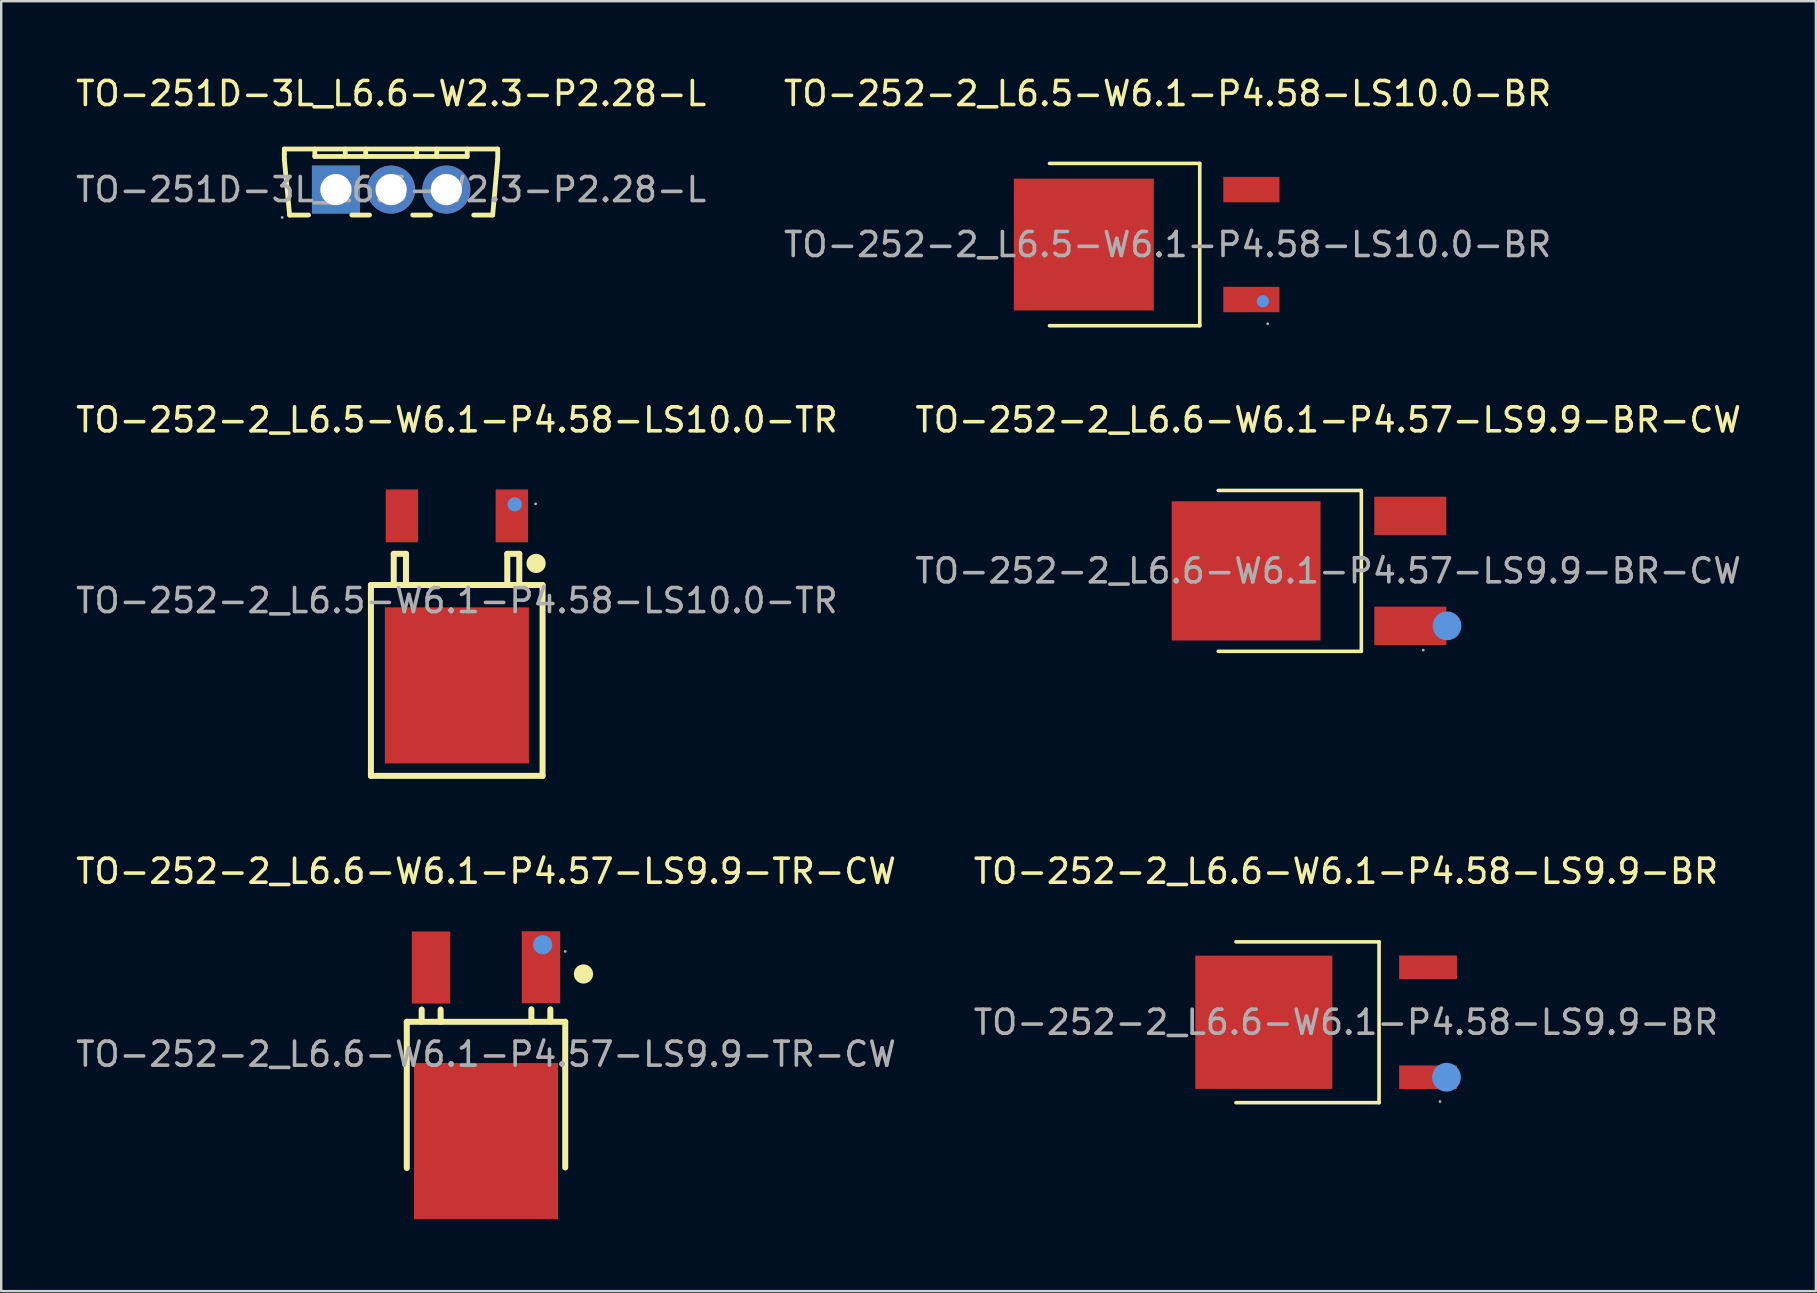
<source format=kicad_pcb>
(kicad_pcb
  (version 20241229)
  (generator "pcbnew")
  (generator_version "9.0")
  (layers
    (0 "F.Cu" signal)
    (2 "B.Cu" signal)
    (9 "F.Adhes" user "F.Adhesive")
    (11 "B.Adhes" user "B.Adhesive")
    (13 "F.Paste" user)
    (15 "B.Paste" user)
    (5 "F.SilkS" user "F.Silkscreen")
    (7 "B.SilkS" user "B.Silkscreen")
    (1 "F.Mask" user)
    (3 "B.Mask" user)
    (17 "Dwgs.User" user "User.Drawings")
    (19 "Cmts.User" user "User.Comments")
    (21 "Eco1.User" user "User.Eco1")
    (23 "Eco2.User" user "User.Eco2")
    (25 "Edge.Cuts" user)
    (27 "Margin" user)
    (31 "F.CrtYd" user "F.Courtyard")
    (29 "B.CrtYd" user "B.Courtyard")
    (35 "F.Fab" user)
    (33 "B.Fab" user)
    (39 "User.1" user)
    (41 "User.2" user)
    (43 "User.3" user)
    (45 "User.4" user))
  (footprint "TO-252-2_L6.6-W6.1-P4.57-LS9.9-BR-CW"
    (layer "F.Cu")
    (at 52.28 20.732)
    (property "Reference" "TO-252-2_L6.6-W6.1-P4.57-LS9.9-BR-CW" (at 0 -6.29 0) (layer "F.SilkS") (effects (font (size 1 1) (thickness 0.15))))
    (attr through_hole)
    (fp_line (start -4.58 -3.35) (end 1.38 -3.35) (stroke (width 0.15) (type solid)) (layer "F.SilkS"))
    (fp_line (start -4.58 3.35) (end 1.38 3.35) (stroke (width 0.15) (type solid)) (layer "F.SilkS"))
    (fp_line (start 1.38 3.35) (end 1.38 -3.35) (stroke (width 0.15) (type solid)) (layer "F.SilkS"))
    (fp_circle (center 4.95 2.29) (end 5.25 2.29) (stroke (width 0.6) (type solid)) (fill no) (layer "Cmts.User"))
    (fp_circle (center 3.96 3.3) (end 3.99 3.3) (stroke (width 0.06) (type solid)) (fill no) (layer "F.Fab"))
    (fp_text user "${REFERENCE}" (at 0 0 0) (layer "F.Fab") (effects (font (size 1 1) (thickness 0.15))))
    (pad "1" smd rect (at 3.42 2.29) (size 3 1.6) (layers "F.Cu" "F.Mask" "F.Paste"))
    (pad "2" smd rect (at -3.42 0) (size 6.2 5.8) (layers "F.Cu" "F.Mask" "F.Paste"))
    (pad "3" smd rect (at 3.42 -2.29) (size 3 1.6) (layers "F.Cu" "F.Mask" "F.Paste")))
  (footprint "TO-251D-3L_L6.6-W2.3-P2.28-L"
    (layer "F.Cu")
    (at 13.244 4.848)
    (property "Reference" "TO-251D-3L_L6.6-W2.3-P2.28-L" (at 0 -4 0) (layer "F.SilkS") (effects (font (size 1 1) (thickness 0.15))))
    (attr through_hole)
    (fp_line (start -4.45 -1.69) (end -4.45 -1.48) (stroke (width 0.2) (type solid)) (layer "F.SilkS"))
    (fp_line (start -4.45 -1.48) (end -4.45 -1.27) (stroke (width 0.2) (type solid)) (layer "F.SilkS"))
    (fp_line (start -4.45 -1.27) (end -4.23 1.06) (stroke (width 0.2) (type solid)) (layer "F.SilkS"))
    (fp_line (start -4.23 1.06) (end -3.44 1.06) (stroke (width 0.2) (type solid)) (layer "F.SilkS"))
    (fp_line (start -3.18 -1.69) (end -3.18 -1.38) (stroke (width 0.2) (type solid)) (layer "F.SilkS"))
    (fp_line (start -3.18 -1.38) (end 3.17 -1.38) (stroke (width 0.2) (type solid)) (layer "F.SilkS"))
    (fp_line (start -1.91 -1.38) (end -1.91 -1.69) (stroke (width 0.2) (type solid)) (layer "F.SilkS"))
    (fp_line (start -1.64 1.06) (end -0.9 1.06) (stroke (width 0.2) (type solid)) (layer "F.SilkS"))
    (fp_line (start -1.06 -1.38) (end -1.06 -1.69) (stroke (width 0.2) (type solid)) (layer "F.SilkS"))
    (fp_line (start 0.9 1.06) (end 1.64 1.06) (stroke (width 0.2) (type solid)) (layer "F.SilkS"))
    (fp_line (start 1.06 -1.38) (end 1.06 -1.69) (stroke (width 0.2) (type solid)) (layer "F.SilkS"))
    (fp_line (start 1.9 -1.38) (end 1.9 -1.69) (stroke (width 0.2) (type solid)) (layer "F.SilkS"))
    (fp_line (start 3.17 -1.38) (end 3.17 -1.69) (stroke (width 0.2) (type solid)) (layer "F.SilkS"))
    (fp_line (start 3.44 1.06) (end 4.23 1.06) (stroke (width 0.2) (type solid)) (layer "F.SilkS"))
    (fp_line (start 4.23 1.06) (end 4.44 -1.27) (stroke (width 0.2) (type solid)) (layer "F.SilkS"))
    (fp_line (start 4.44 -1.69) (end -4.45 -1.69) (stroke (width 0.2) (type solid)) (layer "F.SilkS"))
    (fp_line (start 4.44 -1.27) (end 4.44 -1.69) (stroke (width 0.2) (type solid)) (layer "F.SilkS"))
    (fp_circle (center -4.54 1.16) (end -4.51 1.16) (stroke (width 0.06) (type solid)) (fill no) (layer "F.Fab"))
    (fp_circle (center -2.3 0) (end -2.02 0) (stroke (width 0.55) (type solid)) (fill no) (layer "F.Fab"))
    (fp_circle (center 0 0) (end 0.28 0) (stroke (width 0.55) (type solid)) (fill no) (layer "F.Fab"))
    (fp_circle (center 2.3 0) (end 2.58 0) (stroke (width 0.55) (type solid)) (fill no) (layer "F.Fab"))
    (fp_text user "${REFERENCE}" (at 0 0 0) (layer "F.Fab") (effects (font (size 1 1) (thickness 0.15))))
    (pad "1" thru_hole rect (at -2.3 0) (size 2 2) (drill 1.3) (layers "*.Cu" "*.Paste" "*.Mask"))
    (pad "2" thru_hole circle (at 0 0) (size 2 2) (drill 1.3) (layers "*.Cu" "*.Paste" "*.Mask"))
    (pad "3" thru_hole circle (at 2.3 0) (size 2 2) (drill 1.3) (layers "*.Cu" "*.Paste" "*.Mask")))
  (footprint "TO-252-2_L6.6-W6.1-P4.58-LS9.9-BR"
    (layer "F.Cu")
    (at 53.018 39.535)
    (property "Reference" "TO-252-2_L6.6-W6.1-P4.58-LS9.9-BR" (at 0 -6.29 0) (layer "F.SilkS") (effects (font (size 1 1) (thickness 0.15))))
    (attr through_hole)
    (fp_line (start -4.58 -3.35) (end 1.38 -3.35) (stroke (width 0.15) (type solid)) (layer "F.SilkS"))
    (fp_line (start -4.58 3.35) (end 1.38 3.35) (stroke (width 0.15) (type solid)) (layer "F.SilkS"))
    (fp_line (start 1.38 3.35) (end 1.38 -3.35) (stroke (width 0.15) (type solid)) (layer "F.SilkS"))
    (fp_circle (center 4.19 2.29) (end 4.49 2.29) (stroke (width 0.6) (type solid)) (fill no) (layer "Cmts.User"))
    (fp_circle (center 3.92 3.3) (end 3.95 3.3) (stroke (width 0.06) (type solid)) (fill no) (layer "F.Fab"))
    (fp_text user "${REFERENCE}" (at 0 0 0) (layer "F.Fab") (effects (font (size 1 1) (thickness 0.15))))
    (pad "1" smd rect (at 3.42 2.29) (size 2.41 0.98) (layers "F.Cu" "F.Mask" "F.Paste"))
    (pad "2" smd rect (at -3.42 0) (size 5.71 5.55) (layers "F.Cu" "F.Mask" "F.Paste"))
    (pad "3" smd rect (at 3.42 -2.29) (size 2.41 0.98) (layers "F.Cu" "F.Mask" "F.Paste")))
  (footprint "TO-252-2_L6.5-W6.1-P4.58-LS10.0-TR"
    (layer "F.Cu")
    (at 15.982 21.971)
    (property "Reference" "TO-252-2_L6.5-W6.1-P4.58-LS10.0-TR" (at 0 -7.53 0) (layer "F.SilkS") (effects (font (size 1 1) (thickness 0.15))))
    (attr through_hole)
    (fp_line (start -3.58 -0.65) (end -3.58 7.3) (stroke (width 0.25) (type solid)) (layer "F.SilkS"))
    (fp_line (start -3.58 7.3) (end 3.57 7.3) (stroke (width 0.25) (type solid)) (layer "F.SilkS"))
    (fp_line (start -2.63 -1.95) (end -2.63 -0.65) (stroke (width 0.25) (type solid)) (layer "F.SilkS"))
    (fp_line (start -2.12 -1.95) (end -2.63 -1.95) (stroke (width 0.25) (type solid)) (layer "F.SilkS"))
    (fp_line (start -2.12 -0.65) (end -2.12 -1.95) (stroke (width 0.25) (type solid)) (layer "F.SilkS"))
    (fp_line (start 2.1 -1.95) (end 2.1 -0.65) (stroke (width 0.25) (type solid)) (layer "F.SilkS"))
    (fp_line (start 2.6 -1.95) (end 2.1 -1.95) (stroke (width 0.25) (type solid)) (layer "F.SilkS"))
    (fp_line (start 2.6 -0.65) (end 2.6 -1.95) (stroke (width 0.25) (type solid)) (layer "F.SilkS"))
    (fp_line (start 3.57 -0.65) (end -3.58 -0.65) (stroke (width 0.25) (type solid)) (layer "F.SilkS"))
    (fp_line (start 3.57 7.3) (end 3.57 -0.65) (stroke (width 0.25) (type solid)) (layer "F.SilkS"))
    (fp_arc (start 3.1 -1.56) (mid 3.500188 -1.545012) (end 3.09975 -1.549973) (stroke (width 0.4) (type solid)) (layer "F.SilkS"))
    (fp_circle (center 2.41 -4.01) (end 2.56 -4.01) (stroke (width 0.3) (type solid)) (fill no) (layer "Cmts.User"))
    (fp_circle (center 3.28 -4.03) (end 3.31 -4.03) (stroke (width 0.06) (type solid)) (fill no) (layer "F.Fab"))
    (fp_text user "${REFERENCE}" (at 0 0 0) (layer "F.Fab") (effects (font (size 1 1) (thickness 0.15))))
    (pad "1" smd rect (at 2.29 -3.53) (size 1.35 2.2) (layers "F.Cu" "F.Mask" "F.Paste"))
    (pad "3" smd rect (at -2.29 -3.53 180) (size 1.35 2.2) (layers "F.Cu" "F.Mask" "F.Paste"))
    (pad "4" smd rect (at 0 3.53) (size 6 6.5) (layers "F.Cu" "F.Mask" "F.Paste")))
  (footprint "TO-252-2_L6.6-W6.1-P4.57-LS9.9-TR-CW"
    (layer "F.Cu")
    (at 17.196 40.865)
    (property "Reference" "TO-252-2_L6.6-W6.1-P4.57-LS9.9-TR-CW" (at 0 -7.62 0) (layer "F.SilkS") (effects (font (size 1 1) (thickness 0.15))))
    (attr through_hole)
    (fp_line (start -3.3 -1.35) (end -3.3 4.74) (stroke (width 0.25) (type solid)) (layer "F.SilkS"))
    (fp_line (start -3.3 -1.35) (end 3.3 -1.35) (stroke (width 0.25) (type solid)) (layer "F.SilkS"))
    (fp_line (start -2.68 -1.35) (end -2.68 -1.86) (stroke (width 0.25) (type solid)) (layer "F.SilkS"))
    (fp_line (start -1.89 -1.35) (end -1.89 -1.86) (stroke (width 0.25) (type solid)) (layer "F.SilkS"))
    (fp_line (start 1.89 -1.36) (end 1.89 -1.87) (stroke (width 0.25) (type solid)) (layer "F.SilkS"))
    (fp_line (start 2.68 -1.36) (end 2.68 -1.87) (stroke (width 0.25) (type solid)) (layer "F.SilkS"))
    (fp_line (start 3.3 -1.35) (end 3.3 4.72) (stroke (width 0.25) (type solid)) (layer "F.SilkS"))
    (fp_arc (start 3.86 -3.34) (mid 4.259937 -3.345009) (end 3.860251 -3.329986) (stroke (width 0.4) (type solid)) (layer "F.SilkS"))
    (fp_circle (center 2.36 -4.56) (end 2.56 -4.56) (stroke (width 0.4) (type solid)) (fill no) (layer "Cmts.User"))
    (fp_circle (center 3.3 -4.28) (end 3.33 -4.28) (stroke (width 0.06) (type solid)) (fill no) (layer "F.Fab"))
    (fp_text user "${REFERENCE}" (at 0 0 0) (layer "F.Fab") (effects (font (size 1 1) (thickness 0.15))))
    (pad "1" smd rect (at 2.29 -3.62) (size 1.6 3) (layers "F.Cu" "F.Mask" "F.Paste"))
    (pad "2" smd rect (at 0 3.62) (size 6 6.5) (layers "F.Cu" "F.Mask" "F.Paste"))
    (pad "3" smd rect (at -2.29 -3.61) (size 1.6 3) (layers "F.Cu" "F.Mask" "F.Paste")))
  (footprint "TO-252-2_L6.5-W6.1-P4.58-LS10.0-BR"
    (layer "F.Cu")
    (at 45.589 7.138)
    (property "Reference" "TO-252-2_L6.5-W6.1-P4.58-LS10.0-BR" (at 0 -6.29 0) (layer "F.SilkS") (effects (font (size 1 1) (thickness 0.15))))
    (attr through_hole)
    (fp_line (start -4.92 -3.38) (end 1.34 -3.38) (stroke (width 0.15) (type solid)) (layer "F.SilkS"))
    (fp_line (start -4.92 3.38) (end 1.34 3.38) (stroke (width 0.15) (type solid)) (layer "F.SilkS"))
    (fp_line (start 1.34 3.38) (end 1.34 -3.38) (stroke (width 0.15) (type solid)) (layer "F.SilkS"))
    (fp_circle (center 3.97 2.36) (end 4.1 2.36) (stroke (width 0.25) (type solid)) (fill no) (layer "Cmts.User"))
    (fp_circle (center 4.17 3.3) (end 4.2 3.3) (stroke (width 0.06) (type solid)) (fill no) (layer "F.Fab"))
    (fp_text user "${REFERENCE}" (at 0 0 0) (layer "F.Fab") (effects (font (size 1 1) (thickness 0.15))))
    (pad "1" smd rect (at 3.49 2.29) (size 2.34 1.06) (layers "F.Cu" "F.Mask" "F.Paste"))
    (pad "3" smd rect (at 3.49 -2.29) (size 2.34 1.06) (layers "F.Cu" "F.Mask" "F.Paste"))
    (pad "4" smd rect (at -3.49 0) (size 5.83 5.49) (layers "F.Cu" "F.Mask" "F.Paste")))
  (gr_rect
    (start -3 -3)
    (end 72.595 50.735)
    (stroke (width 0.1) (type default))
    (fill no)
    (layer "Edge.Cuts")))
</source>
